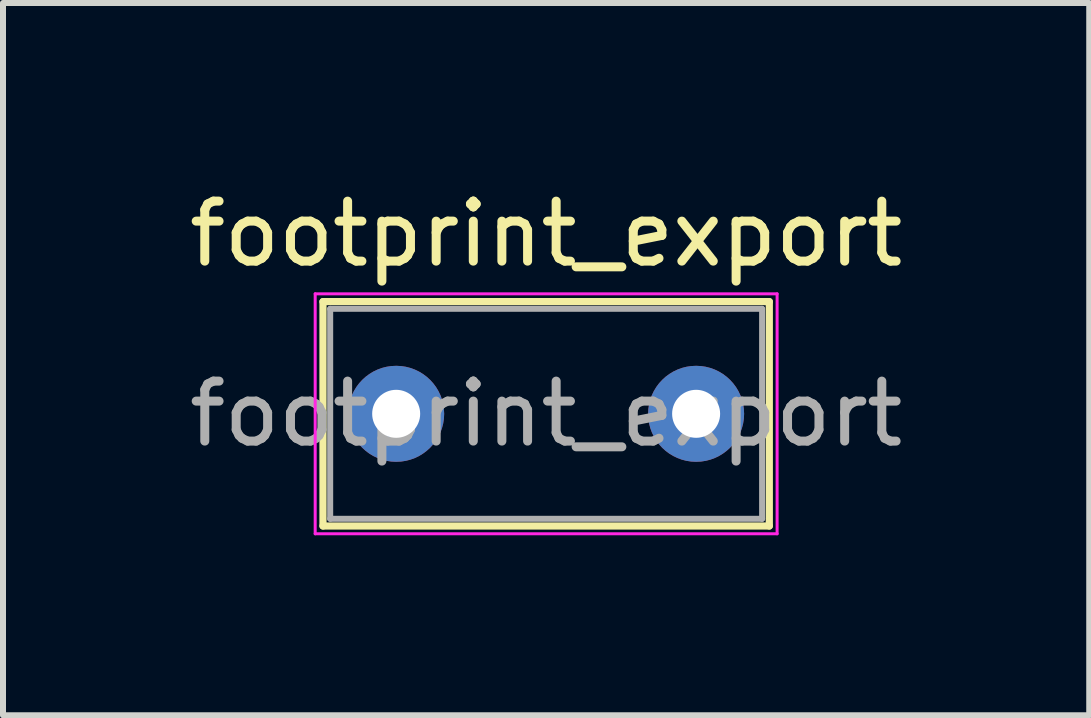
<source format=kicad_pcb>
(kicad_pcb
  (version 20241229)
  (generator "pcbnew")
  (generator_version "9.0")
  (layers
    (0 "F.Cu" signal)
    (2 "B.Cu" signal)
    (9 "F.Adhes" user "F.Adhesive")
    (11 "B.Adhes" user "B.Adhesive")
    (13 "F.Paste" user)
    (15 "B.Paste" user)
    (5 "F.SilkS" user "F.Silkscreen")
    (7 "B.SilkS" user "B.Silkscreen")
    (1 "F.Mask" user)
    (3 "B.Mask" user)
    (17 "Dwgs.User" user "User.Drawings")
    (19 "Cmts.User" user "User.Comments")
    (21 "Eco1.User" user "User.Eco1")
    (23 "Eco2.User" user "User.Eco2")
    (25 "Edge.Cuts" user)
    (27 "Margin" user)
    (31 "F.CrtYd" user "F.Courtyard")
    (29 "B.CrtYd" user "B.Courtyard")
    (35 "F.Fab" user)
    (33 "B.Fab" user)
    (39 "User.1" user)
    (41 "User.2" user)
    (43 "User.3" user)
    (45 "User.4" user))
  (footprint "footprint_export"
    (layer "F.Cu")
    (at 3.554 3.848)
    (property "Reference" "footprint_export" (at 2.5 -3 0) (layer "F.SilkS") (effects (font (size 1 1) (thickness 0.15))))
    (attr through_hole)
    (fp_line (start -1.22 -1.87) (end -1.22 1.87) (stroke (width 0.12) (type solid)) (layer "F.SilkS"))
    (fp_line (start -1.22 -1.87) (end 6.22 -1.87) (stroke (width 0.12) (type solid)) (layer "F.SilkS"))
    (fp_line (start -1.22 1.87) (end 6.22 1.87) (stroke (width 0.12) (type solid)) (layer "F.SilkS"))
    (fp_line (start 6.22 -1.87) (end 6.22 1.87) (stroke (width 0.12) (type solid)) (layer "F.SilkS"))
    (fp_line (start -1.35 -2) (end -1.35 2) (stroke (width 0.05) (type solid)) (layer "F.CrtYd"))
    (fp_line (start -1.35 2) (end 6.35 2) (stroke (width 0.05) (type solid)) (layer "F.CrtYd"))
    (fp_line (start 6.35 -2) (end -1.35 -2) (stroke (width 0.05) (type solid)) (layer "F.CrtYd"))
    (fp_line (start 6.35 2) (end 6.35 -2) (stroke (width 0.05) (type solid)) (layer "F.CrtYd"))
    (fp_line (start -1.1 -1.75) (end -1.1 1.75) (stroke (width 0.1) (type solid)) (layer "F.Fab"))
    (fp_line (start -1.1 1.75) (end 6.1 1.75) (stroke (width 0.1) (type solid)) (layer "F.Fab"))
    (fp_line (start 6.1 -1.75) (end -1.1 -1.75) (stroke (width 0.1) (type solid)) (layer "F.Fab"))
    (fp_line (start 6.1 1.75) (end 6.1 -1.75) (stroke (width 0.1) (type solid)) (layer "F.Fab"))
    (fp_text user "${REFERENCE}" (at 2.5 0 0) (layer "F.Fab") (effects (font (size 1 1) (thickness 0.15))))
    (pad "1" thru_hole circle (at 0 0) (size 1.6 1.6) (drill 0.8) (layers "*.Cu" "*.Mask"))
    (pad "2" thru_hole circle (at 5 0) (size 1.6 1.6) (drill 0.8) (layers "*.Cu" "*.Mask")))
  (gr_rect
    (start -3 -3)
    (end 15.107 8.873)
    (stroke (width 0.1) (type default))
    (fill no)
    (layer "Edge.Cuts")))
</source>
